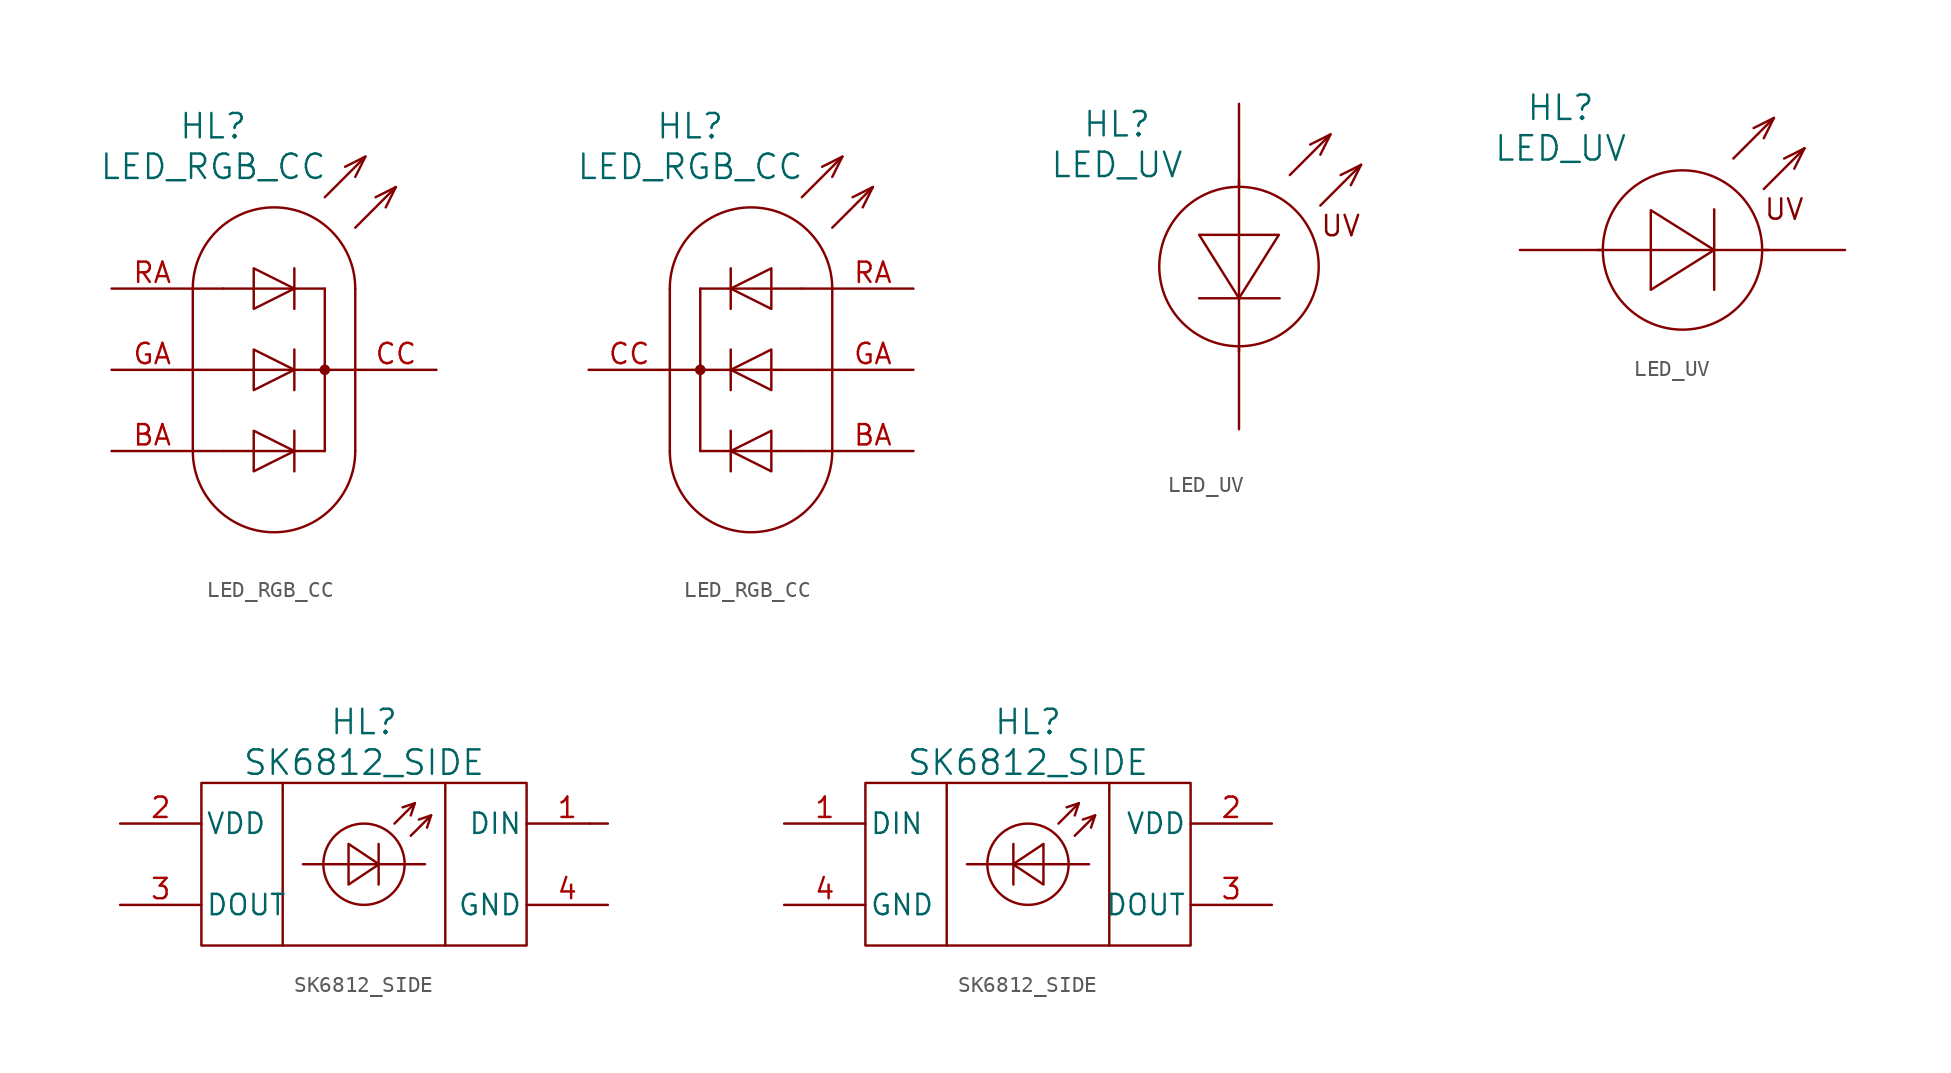
<source format=kicad_sym>
(kicad_symbol_lib
  (version 20220914)
  (generator kicad_symbol_editor)
  (symbol "LED_RGB_CC"
    (pin_names
      (offset 1.016) hide)
    (property "Reference" "HL"
      (at -3.81 15.24 0)
      (effects (font (size 1.524 1.524))))
    (property "Value" "LED_RGB_CC"
      (at -3.81 12.7 0)
      (effects (font (size 1.524 1.524))))
    (property "Datasheet" ""
      (at 5.08 -8.89 0)
      (effects (font (size 1.524 1.524))))
    (symbol "LED_RGB_CC_0_0"
      (arc (start -5.08 -5.08) (mid 0 -10.1379) (end 5.08 -5.08) (stroke (width 0) (type solid)) (fill (type none)))
      (polyline (pts (xy -5.08 5.08) (xy -5.08 -5.08)) (stroke (width 0) (type solid)) (fill (type none)))
      (polyline (pts (xy -3.175 5.08) (xy 3.175 5.08)) (stroke (width 0) (type solid)) (fill (type none)))
      (polyline (pts (xy 3.175 -5.08) (xy -3.175 -5.08)) (stroke (width 0) (type solid)) (fill (type none)))
      (polyline (pts (xy 5.08 -5.08) (xy 5.08 5.08)) (stroke (width 0) (type solid)) (fill (type background)))
      (polyline (pts (xy -5.08 0) (xy 5.08 0) (xy 5.08 0)) (stroke (width 0) (type solid)) (fill (type none)))
      (polyline (pts (xy 3.175 10.795) (xy 5.715 13.335) (xy 5.715 13.335)) (stroke (width 0) (type solid)) (fill (type none)))
      (polyline (pts (xy 5.08 8.89) (xy 7.62 11.43) (xy 7.62 11.43)) (stroke (width 0) (type solid)) (fill (type none)))
      (polyline (pts (xy 7.62 11.43) (xy 6.35 10.795) (xy 6.35 10.795)) (stroke (width 0) (type solid)) (fill (type none)))
      (polyline (pts (xy 7.62 11.43) (xy 6.985 10.16) (xy 6.985 10.16)) (stroke (width 0) (type solid)) (fill (type none)))
      (polyline (pts (xy 5.08 12.065) (xy 5.715 13.335) (xy 4.445 12.7) (xy 4.445 12.7)) (stroke (width 0) (type solid)) (fill (type none)))
      (arc (start 5.08 5.08) (mid 0 10.1379) (end -5.08 5.08) (stroke (width 0) (type solid)) (fill (type none))))
    (symbol "LED_RGB_CC_0_1"
      (polyline (pts (xy -5.08 -5.08) (xy -3.175 -5.08)) (stroke (width 0) (type solid)) (fill (type none)))
      (polyline (pts (xy -5.08 5.08) (xy -3.175 5.08)) (stroke (width 0) (type solid)) (fill (type none)))
      (polyline (pts (xy 3.175 -5.08) (xy 3.175 5.08)) (stroke (width 0) (type solid)) (fill (type none)))
      (polyline (pts (xy 1.27 -3.81) (xy 1.27 -6.35) (xy 1.27 -6.35)) (stroke (width 0) (type solid)) (fill (type none)))
      (polyline (pts (xy 1.27 1.27) (xy 1.27 -1.27) (xy 1.27 -1.27)) (stroke (width 0) (type solid)) (fill (type none)))
      (polyline (pts (xy 1.27 6.35) (xy 1.27 3.81) (xy 1.27 3.81)) (stroke (width 0) (type solid)) (fill (type none)))
      (polyline (pts (xy -1.27 -3.81) (xy -1.27 -6.35) (xy 1.27 -5.08) (xy -1.27 -3.81) (xy -1.27 -3.81)) (stroke (width 0) (type solid)) (fill (type none)))
      (polyline (pts (xy -1.27 1.27) (xy -1.27 -1.27) (xy 1.27 0) (xy -1.27 1.27) (xy -1.27 1.27)) (stroke (width 0) (type solid)) (fill (type none)))
      (polyline (pts (xy -1.27 6.35) (xy -1.27 3.81) (xy 1.27 5.08) (xy -1.27 6.35) (xy -1.27 6.35)) (stroke (width 0) (type solid)) (fill (type none)))
      (circle (center 3.175 0) (radius 0.254) (stroke (width 0) (type solid)) (fill (type outline))))
    (symbol "LED_RGB_CC_0_2"
      (circle (center -3.175 0) (radius 0.254) (stroke (width 0) (type solid)) (fill (type outline)))
      (polyline (pts (xy -3.175 -5.08) (xy -3.175 5.08)) (stroke (width 0) (type solid)) (fill (type none)))
      (polyline (pts (xy 3.175 -5.08) (xy 5.08 -5.08)) (stroke (width 0) (type solid)) (fill (type none)))
      (polyline (pts (xy 3.175 5.08) (xy 5.08 5.08)) (stroke (width 0) (type solid)) (fill (type none)))
      (polyline (pts (xy -1.27 -3.81) (xy -1.27 -6.35) (xy -1.27 -6.35)) (stroke (width 0) (type solid)) (fill (type none)))
      (polyline (pts (xy -1.27 1.27) (xy -1.27 -1.27) (xy -1.27 -1.27)) (stroke (width 0) (type solid)) (fill (type none)))
      (polyline (pts (xy -1.27 6.35) (xy -1.27 3.81) (xy -1.27 3.81)) (stroke (width 0) (type solid)) (fill (type none)))
      (polyline (pts (xy 1.27 -3.81) (xy 1.27 -6.35) (xy -1.27 -5.08) (xy 1.27 -3.81) (xy 1.27 -3.81)) (stroke (width 0) (type solid)) (fill (type none)))
      (polyline (pts (xy 1.27 1.27) (xy 1.27 -1.27) (xy -1.27 0) (xy 1.27 1.27) (xy 1.27 1.27)) (stroke (width 0) (type solid)) (fill (type none)))
      (polyline (pts (xy 1.27 6.35) (xy 1.27 3.81) (xy -1.27 5.08) (xy 1.27 6.35) (xy 1.27 6.35)) (stroke (width 0) (type solid)) (fill (type none))))
    (symbol "LED_RGB_CC_1_1"
      (pin passive line (at -10.16 -5.08 0) (length 5.08) (name "B" (effects (font (size 1.27 1.27)))) (number "BA" (effects (font (size 1.27 1.27)))))
      (pin passive line (at 10.16 0 180) (length 5.08) (name "C" (effects (font (size 1.27 1.27)))) (number "CC" (effects (font (size 1.27 1.27)))))
      (pin passive line (at -10.16 0 0) (length 5.08) (name "G" (effects (font (size 1.27 1.27)))) (number "GA" (effects (font (size 1.27 1.27)))))
      (pin passive line (at -10.16 5.08 0) (length 5.08) (name "R" (effects (font (size 1.27 1.27)))) (number "RA" (effects (font (size 1.27 1.27))))))
    (symbol "LED_RGB_CC_1_2"
      (pin passive line (at 10.16 -5.08 180) (length 5.08) (name "B" (effects (font (size 1.27 1.27)))) (number "BA" (effects (font (size 1.27 1.27)))))
      (pin passive line (at -10.16 0 0) (length 5.08) (name "C" (effects (font (size 1.27 1.27)))) (number "CC" (effects (font (size 1.27 1.27)))))
      (pin passive line (at 10.16 0 180) (length 5.08) (name "G" (effects (font (size 1.27 1.27)))) (number "GA" (effects (font (size 1.27 1.27)))))
      (pin passive line (at 10.16 5.08 180) (length 5.08) (name "R" (effects (font (size 1.27 1.27)))) (number "RA" (effects (font (size 1.27 1.27)))))))
  (symbol "LED_UV"
    (pin_numbers hide)
    (pin_names
      (offset 1.016) hide)
    (property "Reference" "HL"
      (at -7.62 8.89 0)
      (do_not_autoplace)
      (effects (font (size 1.524 1.524))))
    (property "Value" "LED_UV"
      (at -7.62 6.35 0)
      (do_not_autoplace)
      (effects (font (size 1.524 1.524))))
    (property "Datasheet" ""
      (at -7.62 8.89 0)
      (effects (font (size 1.524 1.524))))
    (symbol "LED_UV_0_0"
      (polyline (pts (xy 3.175 5.715) (xy 5.715 8.255) (xy 5.715 8.255)) (stroke (width 0) (type solid)) (fill (type none)))
      (polyline (pts (xy 5.08 3.81) (xy 7.62 6.35) (xy 7.62 6.35)) (stroke (width 0) (type solid)) (fill (type none)))
      (polyline (pts (xy 7.62 6.35) (xy 6.35 5.715) (xy 6.35 5.715)) (stroke (width 0) (type solid)) (fill (type none)))
      (polyline (pts (xy 7.62 6.35) (xy 6.985 5.08) (xy 6.985 5.08)) (stroke (width 0) (type solid)) (fill (type none)))
      (polyline (pts (xy 5.08 6.985) (xy 5.715 8.255) (xy 4.445 7.62) (xy 4.445 7.62)) (stroke (width 0) (type solid)) (fill (type none)))
      (circle (center 0 0) (radius 4.978) (stroke (width 0) (type solid)) (fill (type none))))
    (symbol "LED_UV_0_1"
      (polyline (pts (xy 0 -5.334) (xy 0 5.385)) (stroke (width 0) (type solid)) (fill (type none)))
      (polyline (pts (xy -2.489 -1.981) (xy 2.489 -1.981) (xy 2.54 -1.981)) (stroke (width 0) (type solid)) (fill (type none)))
      (polyline (pts (xy 0 -1.981) (xy -2.489 1.981) (xy 2.489 1.981) (xy 0 -1.981)) (stroke (width 0) (type solid)) (fill (type none))))
    (symbol "LED_UV_0_2"
      (polyline (pts (xy -5.334 0) (xy 5.385 0)) (stroke (width 0) (type solid)) (fill (type none)))
      (polyline (pts (xy 1.981 -2.489) (xy 1.981 2.489) (xy 1.981 2.54)) (stroke (width 0) (type solid)) (fill (type none)))
      (polyline (pts (xy 1.981 0) (xy -1.981 -2.489) (xy -1.981 2.489) (xy 1.981 0)) (stroke (width 0) (type solid)) (fill (type none))))
    (symbol "LED_UV_1_0"
      (text "UV" (at 6.35 2.54 0) (effects (font (size 1.27 1.27)))))
    (symbol "LED_UV_1_1"
      (pin passive line (at 0 10.16 270) (length 5.08) (name "A" (effects (font (size 1.27 1.27)))) (number "A" (effects (font (size 1.27 1.27)))))
      (pin passive line (at 0 -10.16 90) (length 5.08) (name "C" (effects (font (size 1.27 1.27)))) (number "C" (effects (font (size 1.27 1.27))))))
    (symbol "LED_UV_1_2"
      (pin passive line (at -10.16 0 0) (length 5.08) (name "A" (effects (font (size 1.27 1.27)))) (number "A" (effects (font (size 1.27 1.27)))))
      (pin passive line (at 10.16 0 180) (length 5.08) (name "C" (effects (font (size 1.27 1.27)))) (number "C" (effects (font (size 1.27 1.27)))))))
  (symbol "SK6812_SIDE"
    (pin_names
      (offset 0.254))
    (property "Reference" "HL"
      (at 0 8.89 0)
      (effects (font (size 1.524 1.524))))
    (property "Value" "SK6812_SIDE"
      (at 0 6.35 0)
      (effects (font (size 1.524 1.524))))
    (property "Datasheet" ""
      (at -6.35 5.08 0)
      (effects (font (size 1.524 1.524))))
    (symbol "SK6812_SIDE_0_0"
      (rectangle (start -10.16 5.08) (end 10.16 -5.08) (stroke (width 0) (type solid)) (fill (type none)))
      (polyline (pts (xy -5.08 5.08) (xy -5.08 -5.08)) (stroke (width 0) (type solid)) (fill (type none)))
      (polyline (pts (xy 3.175 3.81) (xy 1.905 2.54)) (stroke (width 0) (type solid)) (fill (type none)))
      (polyline (pts (xy 3.175 3.81) (xy 2.413 3.556)) (stroke (width 0) (type solid)) (fill (type none)))
      (polyline (pts (xy 3.175 3.81) (xy 2.921 3.048)) (stroke (width 0) (type solid)) (fill (type none)))
      (polyline (pts (xy 3.81 0) (xy -3.81 0)) (stroke (width 0) (type solid)) (fill (type none)))
      (polyline (pts (xy 4.191 3.048) (xy 2.921 1.778)) (stroke (width 0) (type solid)) (fill (type none)))
      (polyline (pts (xy 4.191 3.048) (xy 3.429 2.794)) (stroke (width 0) (type solid)) (fill (type none)))
      (polyline (pts (xy 4.191 3.048) (xy 3.937 2.286)) (stroke (width 0) (type solid)) (fill (type none)))
      (polyline (pts (xy 5.08 5.08) (xy 5.08 -5.08)) (stroke (width 0) (type solid)) (fill (type none))))
    (symbol "SK6812_SIDE_0_1"
      (polyline (pts (xy 0.914 1.27) (xy 0.914 -1.27)) (stroke (width 0) (type solid)) (fill (type none)))
      (polyline (pts (xy 14.097 2.54) (xy 14.097 2.54)) (stroke (width 0) (type solid)) (fill (type none)))
      (polyline (pts (xy -0.965 -1.27) (xy 0.94 0) (xy -0.965 1.27) (xy -0.965 -1.27)) (stroke (width 0) (type solid)) (fill (type none))))
    (symbol "SK6812_SIDE_0_2"
      (polyline (pts (xy -0.914 1.27) (xy -0.914 -1.27)) (stroke (width 0) (type solid)) (fill (type none)))
      (polyline (pts (xy 0.965 -1.27) (xy -0.94 0) (xy 0.965 1.27) (xy 0.965 -1.27)) (stroke (width 0) (type solid)) (fill (type none))))
    (symbol "SK6812_SIDE_1_0"
      (circle (center 0 0) (radius 2.54) (stroke (width 0) (type solid)) (fill (type none))))
    (symbol "SK6812_SIDE_1_1"
      (pin passive line (at 15.24 2.54 180) (length 5.08) (name "DIN" (effects (font (size 1.27 1.27)))) (number "1" (effects (font (size 1.27 1.27)))))
      (pin power_in line (at -15.24 2.54 0) (length 5.08) (name "VDD" (effects (font (size 1.27 1.27)))) (number "2" (effects (font (size 1.27 1.27)))))
      (pin passive line (at -15.24 -2.54 0) (length 5.08) (name "DOUT" (effects (font (size 1.27 1.27)))) (number "3" (effects (font (size 1.27 1.27)))))
      (pin power_in line (at 15.24 -2.54 180) (length 5.08) (name "GND" (effects (font (size 1.27 1.27)))) (number "4" (effects (font (size 1.27 1.27))))))
    (symbol "SK6812_SIDE_1_2"
      (pin passive line (at -15.24 2.54 0) (length 5.08) (name "DIN" (effects (font (size 1.27 1.27)))) (number "1" (effects (font (size 1.27 1.27)))))
      (pin power_in line (at 15.24 2.54 180) (length 5.08) (name "VDD" (effects (font (size 1.27 1.27)))) (number "2" (effects (font (size 1.27 1.27)))))
      (pin passive line (at 15.24 -2.54 180) (length 5.08) (name "DOUT" (effects (font (size 1.27 1.27)))) (number "3" (effects (font (size 1.27 1.27)))))
      (pin power_in line (at -15.24 -2.54 0) (length 5.08) (name "GND" (effects (font (size 1.27 1.27)))) (number "4" (effects (font (size 1.27 1.27))))))))
</source>
